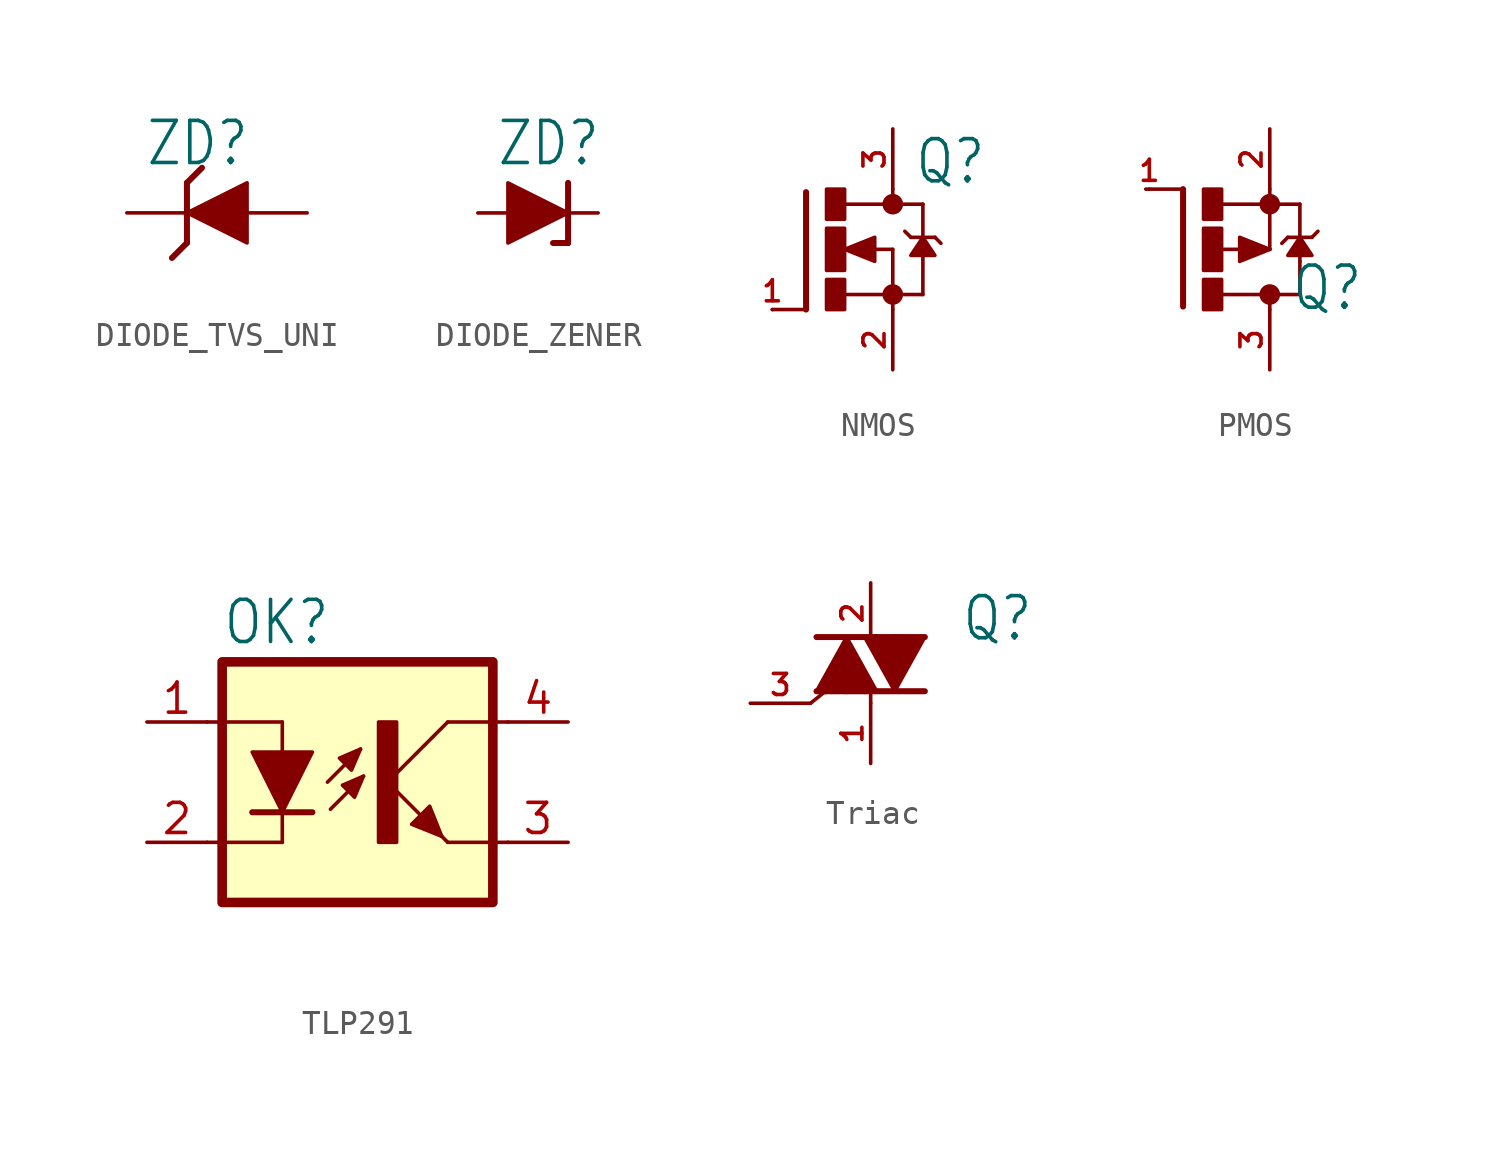
<source format=kicad_sym>
(kicad_symbol_lib
  (version 20231120)
  (generator "kicad_symbol_editor")
  (generator_version "8.0")
  (symbol "DIODE_TVS_UNI"
    (property "Reference" "ZD"
      (at -1.778 1.905 0)
      (effects (font (size 1.778 1.511)) (justify left bottom)))
    (property "Value" ""
      (at -1.778 -3.429 0)
      (effects (font (size 1.778 1.511)) (justify left bottom)))
    (property "ki_locked" ""
      (at 0 0 0)
      (effects (font (size 1.27 1.27))))
    (symbol "DIODE_TVS_UNI_1_0"
      (polyline (pts (xy 0 -1.27) (xy -0.635 -1.905)) (stroke (width 0.254) (type solid)) (fill (type none)))
      (polyline (pts (xy 0 0) (xy 0 -1.27)) (stroke (width 0.254) (type solid)) (fill (type none)))
      (polyline (pts (xy 0 1.27) (xy 0 0)) (stroke (width 0.254) (type solid)) (fill (type none)))
      (polyline (pts (xy 0.635 1.905) (xy 0 1.27)) (stroke (width 0.254) (type solid)) (fill (type none)))
      (pin passive line (at -2.54 0 0) (length 2.54) (name "A" (effects (font (size 0 0)))) (number "A" (effects (font (size 0 0)))))
      (pin passive line (at 5.08 0 180) (length 2.54) (name "C" (effects (font (size 0 0)))) (number "C" (effects (font (size 0 0))))))
    (symbol "DIODE_TVS_UNI_1_1"
      (polyline (pts (xy 2.54 1.27) (xy 0 0) (xy 2.54 -1.27) (xy 2.54 1.27)) (stroke (width 0) (type default)) (fill (type outline)))))
  (symbol "DIODE_ZENER"
    (property "Reference" "ZD"
      (at -1.778 1.905 0)
      (effects (font (size 1.778 1.511)) (justify left bottom)))
    (property "Value" ""
      (at -1.778 -3.429 0)
      (effects (font (size 1.778 1.511)) (justify left bottom)))
    (property "ki_locked" ""
      (at 0 0 0)
      (effects (font (size 1.27 1.27))))
    (symbol "DIODE_ZENER_1_0"
      (polyline (pts (xy 1.27 -1.27) (xy 0.635 -1.27)) (stroke (width 0.254) (type solid)) (fill (type none)))
      (polyline (pts (xy 1.27 0) (xy 1.27 -1.27)) (stroke (width 0.254) (type solid)) (fill (type none)))
      (polyline (pts (xy 1.27 1.27) (xy 1.27 0)) (stroke (width 0.254) (type solid)) (fill (type none)))
      (pin passive line (at -2.54 0 0) (length 2.54) (name "A" (effects (font (size 0 0)))) (number "A" (effects (font (size 0 0)))))
      (pin passive line (at 2.54 0 180) (length 2.54) (name "C" (effects (font (size 0 0)))) (number "C" (effects (font (size 0 0))))))
    (symbol "DIODE_ZENER_1_1"
      (polyline (pts (xy -1.27 1.27) (xy 1.27 0) (xy -1.27 -1.27) (xy -1.27 1.27)) (stroke (width 0) (type default)) (fill (type outline)))))
  (symbol "NMOS"
    (property "Reference" "Q"
      (at 3.429 2.667 0)
      (effects (font (size 1.778 1.511)) (justify left bottom)))
    (property "Value" ""
      (at 6.35 0 0)
      (effects (font (size 1.778 1.511)) (justify left bottom)))
    (property "ki_locked" ""
      (at 0 0 0)
      (effects (font (size 1.27 1.27))))
    (symbol "NMOS_1_0"
      (rectangle (start -0.254 -2.54) (end 0.508 -1.27) (stroke (width 0) (type default)) (fill (type outline)))
      (rectangle (start -0.254 -0.889) (end 0.508 0.889) (stroke (width 0) (type default)) (fill (type outline)))
      (rectangle (start -0.254 1.27) (end 0.508 2.54) (stroke (width 0) (type default)) (fill (type outline)))
      (polyline (pts (xy -1.118 -2.54) (xy -2.54 -2.54)) (stroke (width 0.152) (type solid)) (fill (type none)))
      (polyline (pts (xy -1.118 2.413) (xy -1.118 -2.54)) (stroke (width 0.254) (type solid)) (fill (type none)))
      (polyline (pts (xy 0.508 -1.905) (xy 2.54 -1.905)) (stroke (width 0.152) (type solid)) (fill (type none)))
      (polyline (pts (xy 1.651 0) (xy 2.54 0)) (stroke (width 0.152) (type solid)) (fill (type none)))
      (polyline (pts (xy 2.54 -1.905) (xy 2.54 -2.54)) (stroke (width 0.152) (type solid)) (fill (type none)))
      (polyline (pts (xy 2.54 -1.905) (xy 3.81 -1.905)) (stroke (width 0.152) (type solid)) (fill (type none)))
      (polyline (pts (xy 2.54 0) (xy 2.54 -1.905)) (stroke (width 0.152) (type solid)) (fill (type none)))
      (polyline (pts (xy 2.54 1.905) (xy 0.533 1.905)) (stroke (width 0.152) (type solid)) (fill (type none)))
      (polyline (pts (xy 2.54 1.905) (xy 3.81 1.905)) (stroke (width 0.152) (type solid)) (fill (type none)))
      (polyline (pts (xy 2.54 2.54) (xy 2.54 1.905)) (stroke (width 0.152) (type solid)) (fill (type none)))
      (polyline (pts (xy 3.048 0.762) (xy 3.302 0.508)) (stroke (width 0.152) (type solid)) (fill (type none)))
      (polyline (pts (xy 3.302 0.508) (xy 3.81 0.508)) (stroke (width 0.152) (type solid)) (fill (type none)))
      (polyline (pts (xy 3.81 -1.905) (xy 3.81 0.508)) (stroke (width 0.152) (type solid)) (fill (type none)))
      (polyline (pts (xy 3.81 0.508) (xy 3.81 1.905)) (stroke (width 0.152) (type solid)) (fill (type none)))
      (polyline (pts (xy 3.81 0.508) (xy 4.318 0.508)) (stroke (width 0.152) (type solid)) (fill (type none)))
      (polyline (pts (xy 4.318 0.508) (xy 4.572 0.254)) (stroke (width 0.152) (type solid)) (fill (type none)))
      (polyline (pts (xy 0.508 0) (xy 1.778 0.508) (xy 1.778 -0.508) (xy 0.508 0)) (stroke (width 0) (type default)) (fill (type outline)))
      (polyline (pts (xy 3.81 0.508) (xy 4.318 -0.254) (xy 3.302 -0.254) (xy 3.81 0.508)) (stroke (width 0.152) (type default)) (fill (type outline)))
      (circle (center 2.54 -1.905) (radius 0.359) (stroke (width 0) (type solid)) (fill (type outline)))
      (circle (center 2.54 1.905) (radius 0.359) (stroke (width 0) (type solid)) (fill (type outline)))
      (pin passive line (at -2.54 -2.54 0) (length 0) (name "G" (effects (font (size 0 0)))) (number "1" (effects (font (size 0.889 0.889)))))
      (pin passive line (at 2.54 -5.08 90) (length 2.54) (name "S" (effects (font (size 0 0)))) (number "2" (effects (font (size 0.889 0.889)))))
      (pin passive line (at 2.54 5.08 270) (length 2.54) (name "D" (effects (font (size 0 0)))) (number "3" (effects (font (size 0.889 0.889)))))))
  (symbol "PMOS"
    (property "Reference" "Q"
      (at 3.429 -2.667 0)
      (effects (font (size 1.778 1.511)) (justify left bottom)))
    (property "Value" ""
      (at 6.35 0 0)
      (effects (font (size 1.778 1.511)) (justify left bottom)))
    (property "ki_locked" ""
      (at 0 0 0)
      (effects (font (size 1.27 1.27))))
    (symbol "PMOS_1_0"
      (polyline (pts (xy -1.27 2.54) (xy -2.692 2.54)) (stroke (width 0.152) (type solid)) (fill (type none)))
      (polyline (pts (xy -1.118 -2.413) (xy -1.118 2.54)) (stroke (width 0.254) (type solid)) (fill (type none)))
      (polyline (pts (xy 0.508 1.905) (xy 2.54 1.905)) (stroke (width 0.152) (type solid)) (fill (type none)))
      (polyline (pts (xy 1.651 0) (xy 2.54 0)) (stroke (width 0.152) (type solid)) (fill (type none)))
      (polyline (pts (xy 2.54 -2.54) (xy 2.54 -1.905)) (stroke (width 0.152) (type solid)) (fill (type none)))
      (polyline (pts (xy 2.54 -1.905) (xy 0.533 -1.905)) (stroke (width 0.152) (type solid)) (fill (type none)))
      (polyline (pts (xy 2.54 -1.905) (xy 3.81 -1.905)) (stroke (width 0.152) (type solid)) (fill (type none)))
      (polyline (pts (xy 2.54 0) (xy 0.533 0)) (stroke (width 0.152) (type solid)) (fill (type none)))
      (polyline (pts (xy 2.54 0) (xy 2.54 1.905)) (stroke (width 0.152) (type solid)) (fill (type none)))
      (polyline (pts (xy 2.54 1.905) (xy 2.54 2.54)) (stroke (width 0.152) (type solid)) (fill (type none)))
      (polyline (pts (xy 2.54 1.905) (xy 3.81 1.905)) (stroke (width 0.152) (type solid)) (fill (type none)))
      (polyline (pts (xy 3.302 0.508) (xy 3.048 0.254)) (stroke (width 0.152) (type solid)) (fill (type none)))
      (polyline (pts (xy 3.81 -0.508) (xy 3.81 -1.905)) (stroke (width 0.152) (type solid)) (fill (type none)))
      (polyline (pts (xy 3.81 0.508) (xy 3.302 0.508)) (stroke (width 0.152) (type solid)) (fill (type none)))
      (polyline (pts (xy 3.81 1.905) (xy 3.81 -0.508)) (stroke (width 0.152) (type solid)) (fill (type none)))
      (polyline (pts (xy 4.318 0.508) (xy 3.81 0.508)) (stroke (width 0.152) (type solid)) (fill (type none)))
      (polyline (pts (xy 4.572 0.762) (xy 4.318 0.508)) (stroke (width 0.152) (type solid)) (fill (type none)))
      (polyline (pts (xy 2.54 0) (xy 1.27 0.508) (xy 1.27 -0.508) (xy 2.54 0)) (stroke (width 0) (type default)) (fill (type outline)))
      (polyline (pts (xy 3.81 0.508) (xy 3.302 -0.254) (xy 4.318 -0.254) (xy 3.81 0.508)) (stroke (width 0.152) (type default)) (fill (type outline)))
      (rectangle (start 0.508 -2.54) (end -0.254 -1.27) (stroke (width 0) (type default)) (fill (type outline)))
      (rectangle (start 0.508 -0.889) (end -0.254 0.889) (stroke (width 0) (type default)) (fill (type outline)))
      (rectangle (start 0.508 1.27) (end -0.254 2.54) (stroke (width 0) (type default)) (fill (type outline)))
      (circle (center 2.54 -1.905) (radius 0.359) (stroke (width 0) (type solid)) (fill (type outline)))
      (circle (center 2.54 1.905) (radius 0.359) (stroke (width 0) (type solid)) (fill (type outline)))
      (pin passive line (at -2.54 2.54 0) (length 0) (name "G" (effects (font (size 0 0)))) (number "1" (effects (font (size 0.889 0.889)))))
      (pin passive line (at 2.54 5.08 270) (length 2.54) (name "S" (effects (font (size 0 0)))) (number "2" (effects (font (size 0.889 0.889)))))
      (pin passive line (at 2.54 -5.08 90) (length 2.54) (name "D" (effects (font (size 0 0)))) (number "3" (effects (font (size 0.889 0.889)))))))
  (symbol "TLP291"
    (property "Reference" "OK"
      (at -6.985 5.715 0)
      (effects (font (size 1.778 1.511)) (justify left bottom)))
    (property "Value" ""
      (at -6.985 -7.62 0)
      (effects (font (size 1.778 1.511)) (justify left bottom)))
    (symbol "TLP291_1_0"
      (rectangle (start -0.381 -2.54) (end 0.381 2.54) (stroke (width 0) (type default)) (fill (type outline)))
      (polyline (pts (xy -4.445 -2.54) (xy -7.62 -2.54)) (stroke (width 0.152) (type solid)) (fill (type none)))
      (polyline (pts (xy -4.445 -1.27) (xy -5.715 -1.27)) (stroke (width 0.254) (type solid)) (fill (type none)))
      (polyline (pts (xy -4.445 -1.27) (xy -4.445 -2.54)) (stroke (width 0.152) (type solid)) (fill (type none)))
      (polyline (pts (xy -4.445 2.54) (xy -7.62 2.54)) (stroke (width 0.152) (type solid)) (fill (type none)))
      (polyline (pts (xy -4.445 2.54) (xy -4.445 1.27)) (stroke (width 0.152) (type solid)) (fill (type none)))
      (polyline (pts (xy -3.175 -1.27) (xy -4.445 -1.27)) (stroke (width 0.254) (type solid)) (fill (type none)))
      (polyline (pts (xy -2.54 0) (xy -1.143 1.397)) (stroke (width 0.152) (type solid)) (fill (type none)))
      (polyline (pts (xy -2.413 -1.143) (xy -1.016 0.254)) (stroke (width 0.152) (type solid)) (fill (type none)))
      (polyline (pts (xy 0 0) (xy 2.286 -2.286)) (stroke (width 0.152) (type solid)) (fill (type none)))
      (polyline (pts (xy 2.286 -2.286) (xy 2.54 -2.54)) (stroke (width 0.152) (type solid)) (fill (type none)))
      (polyline (pts (xy 2.54 -2.54) (xy 5.08 -2.54)) (stroke (width 0.152) (type solid)) (fill (type none)))
      (polyline (pts (xy 2.54 2.54) (xy 0 0)) (stroke (width 0.152) (type solid)) (fill (type none)))
      (polyline (pts (xy 2.54 2.54) (xy 5.08 2.54)) (stroke (width 0.152) (type solid)) (fill (type none)))
      (pin passive line (at -10.16 2.54 0) (length 2.54) (name "A" (effects (font (size 0 0)))) (number "1" (effects (font (size 1.27 1.27)))))
      (pin passive line (at -10.16 -2.54 0) (length 2.54) (name "C" (effects (font (size 0 0)))) (number "2" (effects (font (size 1.27 1.27)))))
      (pin passive line (at 7.62 -2.54 180) (length 2.54) (name "EMIT" (effects (font (size 0 0)))) (number "3" (effects (font (size 1.27 1.27)))))
      (pin passive line (at 7.62 2.54 180) (length 2.54) (name "COL" (effects (font (size 0 0)))) (number "4" (effects (font (size 1.27 1.27))))))
    (symbol "TLP291_1_1"
      (rectangle (start -6.985 5.08) (end 4.445 -5.08) (stroke (width 0.406) (type default)) (fill (type background)))
      (polyline (pts (xy -4.445 -1.27) (xy -3.175 1.27) (xy -5.715 1.27) (xy -4.445 -1.27)) (stroke (width 0) (type default)) (fill (type outline)))
      (polyline (pts (xy -1.143 1.397) (xy -1.524 0.508) (xy -2.032 1.016) (xy -1.143 1.397)) (stroke (width 0) (type default)) (fill (type outline)))
      (polyline (pts (xy -1.016 0.254) (xy -1.397 -0.635) (xy -1.905 -0.127) (xy -1.016 0.254)) (stroke (width 0) (type default)) (fill (type outline)))
      (polyline (pts (xy 1.778 -1.016) (xy 2.286 -2.286) (xy 1.016 -1.778) (xy 1.778 -1.016)) (stroke (width 0) (type default)) (fill (type outline)))))
  (symbol "Triac"
    (property "Reference" "Q"
      (at 3.81 2.54 0)
      (effects (font (size 1.778 1.511)) (justify left bottom)))
    (property "Value" ""
      (at 3.81 0 0)
      (effects (font (size 1.778 1.511)) (justify left bottom)))
    (property "ki_locked" ""
      (at 0 0 0)
      (effects (font (size 1.27 1.27))))
    (symbol "Triac_1_0"
      (polyline (pts (xy -1.905 0.508) (xy -2.54 0)) (stroke (width 0.152) (type solid)) (fill (type none)))
      (polyline (pts (xy -1.905 0.508) (xy -2.286 0.508)) (stroke (width 0.254) (type solid)) (fill (type none)))
      (polyline (pts (xy -1.016 0.508) (xy -1.905 0.508)) (stroke (width 0.254) (type solid)) (fill (type none)))
      (polyline (pts (xy -1.016 0.508) (xy -0.254 0.508)) (stroke (width 0.254) (type solid)) (fill (type none)))
      (polyline (pts (xy 0 0) (xy 0 0.508)) (stroke (width 0.152) (type solid)) (fill (type none)))
      (polyline (pts (xy 0 0.508) (xy -0.254 0.508)) (stroke (width 0.254) (type solid)) (fill (type none)))
      (polyline (pts (xy 0.254 2.794) (xy -2.286 2.794)) (stroke (width 0.254) (type solid)) (fill (type none)))
      (polyline (pts (xy 1.016 2.794) (xy 0.254 2.794)) (stroke (width 0.254) (type solid)) (fill (type none)))
      (polyline (pts (xy 1.016 2.794) (xy 2.286 2.794)) (stroke (width 0.254) (type solid)) (fill (type none)))
      (polyline (pts (xy 2.286 0.508) (xy 0 0.508)) (stroke (width 0.254) (type solid)) (fill (type none)))
      (pin passive line (at 0 -2.54 90) (length 2.54) (name "A1" (effects (font (size 0 0)))) (number "1" (effects (font (size 0.889 0.889)))))
      (pin passive line (at 0 5.08 270) (length 2.54) (name "A2" (effects (font (size 0 0)))) (number "2" (effects (font (size 0.889 0.889)))))
      (pin passive line (at -5.08 0 0) (length 2.54) (name "G" (effects (font (size 0 0)))) (number "3" (effects (font (size 0.889 0.889))))))
    (symbol "Triac_1_1"
      (polyline (pts (xy -1.016 2.794) (xy -2.286 0.508) (xy 0.254 0.508) (xy -1.016 2.794)) (stroke (width 0) (type default)) (fill (type outline)))
      (polyline (pts (xy 1.016 0.508) (xy 2.286 2.794) (xy -0.254 2.794) (xy 1.016 0.508)) (stroke (width 0) (type default)) (fill (type outline))))))
</source>
